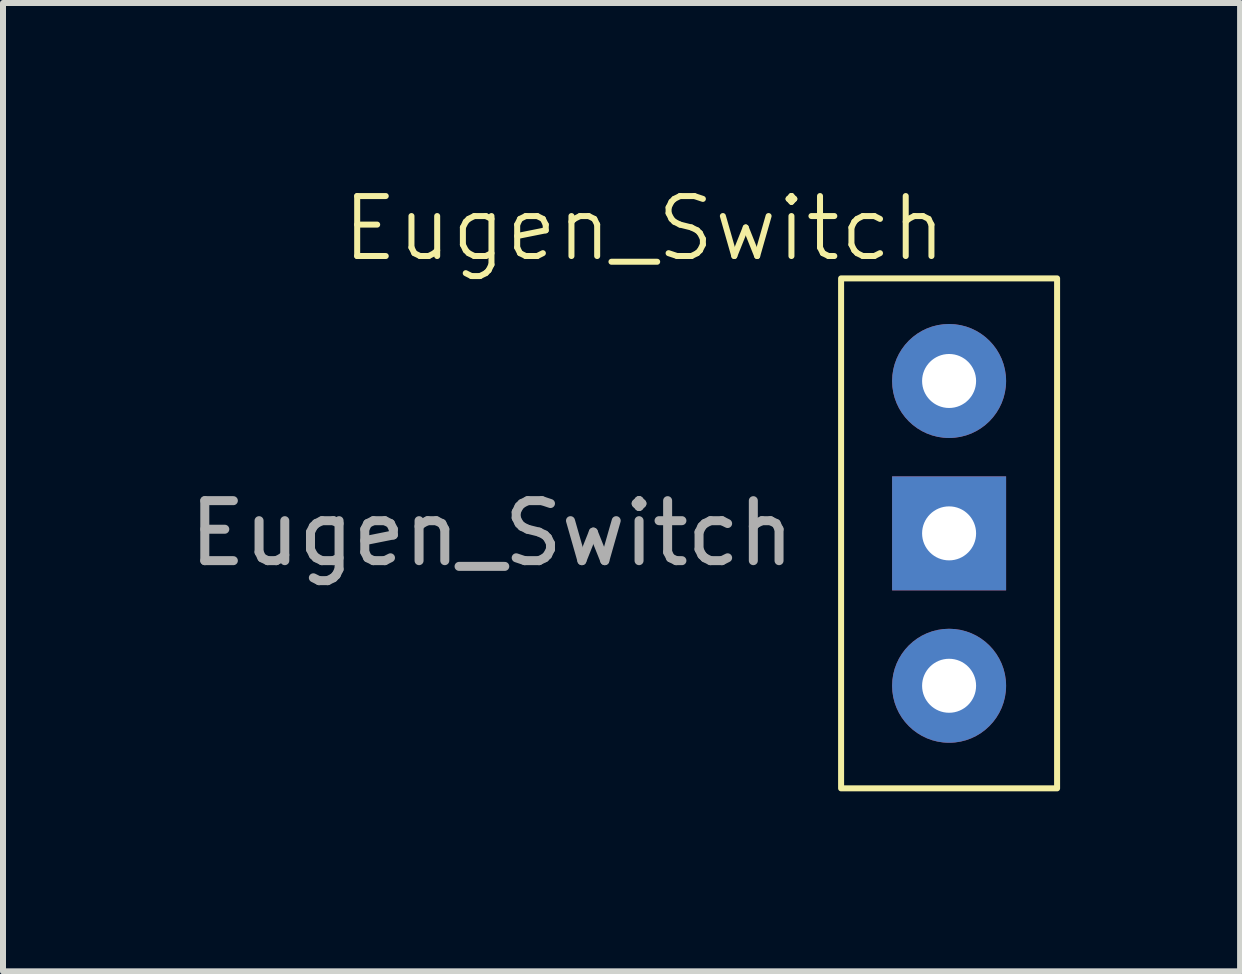
<source format=kicad_pcb>
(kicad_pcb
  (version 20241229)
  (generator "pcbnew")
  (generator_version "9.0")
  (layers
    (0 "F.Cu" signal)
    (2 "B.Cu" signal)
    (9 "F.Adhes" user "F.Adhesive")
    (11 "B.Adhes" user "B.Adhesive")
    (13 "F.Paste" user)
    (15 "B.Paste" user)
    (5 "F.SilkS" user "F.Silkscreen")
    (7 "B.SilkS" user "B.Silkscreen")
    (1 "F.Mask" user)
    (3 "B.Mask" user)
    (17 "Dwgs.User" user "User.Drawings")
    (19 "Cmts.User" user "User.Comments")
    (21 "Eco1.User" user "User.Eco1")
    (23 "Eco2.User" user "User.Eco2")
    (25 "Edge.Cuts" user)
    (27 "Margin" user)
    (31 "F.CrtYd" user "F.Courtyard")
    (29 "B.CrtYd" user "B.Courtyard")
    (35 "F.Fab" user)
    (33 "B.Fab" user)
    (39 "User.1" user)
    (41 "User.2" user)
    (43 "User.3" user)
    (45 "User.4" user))
  (footprint "Eugen_Switch"
    (layer "F.Cu")
    (at 12.769 8.38)
    (property "Reference" "Eugen_Switch" (at -5.08 -7.62 0) (unlocked yes) (layer "F.SilkS") (effects (font (size 1 1) (thickness 0.1))))
    (attr through_hole)
    (fp_rect (start -1.8 -6.79) (end 1.8 1.71) (stroke (width 0.1) (type solid)) (fill no) (layer "F.SilkS"))
    (fp_text user "${REFERENCE}" (at -7.62 -2.54 0) (unlocked yes) (layer "F.Fab") (effects (font (size 1 1) (thickness 0.15))))
    (pad "1" thru_hole circle (at 0 -5.08) (size 1.9 1.9) (drill 0.9) (layers "*.Cu" "*.Mask"))
    (pad "2" thru_hole circle (at 0 0) (size 1.9 1.9) (drill 0.9) (layers "*.Cu" "*.Mask"))
    (pad "3" thru_hole rect (at 0 -2.54) (size 1.9 1.9) (drill 0.9) (layers "*.Cu" "*.Mask")))
  (gr_rect
    (start -3 -3)
    (end 17.619 13.14)
    (stroke (width 0.1) (type default))
    (fill no)
    (layer "Edge.Cuts")))
</source>
